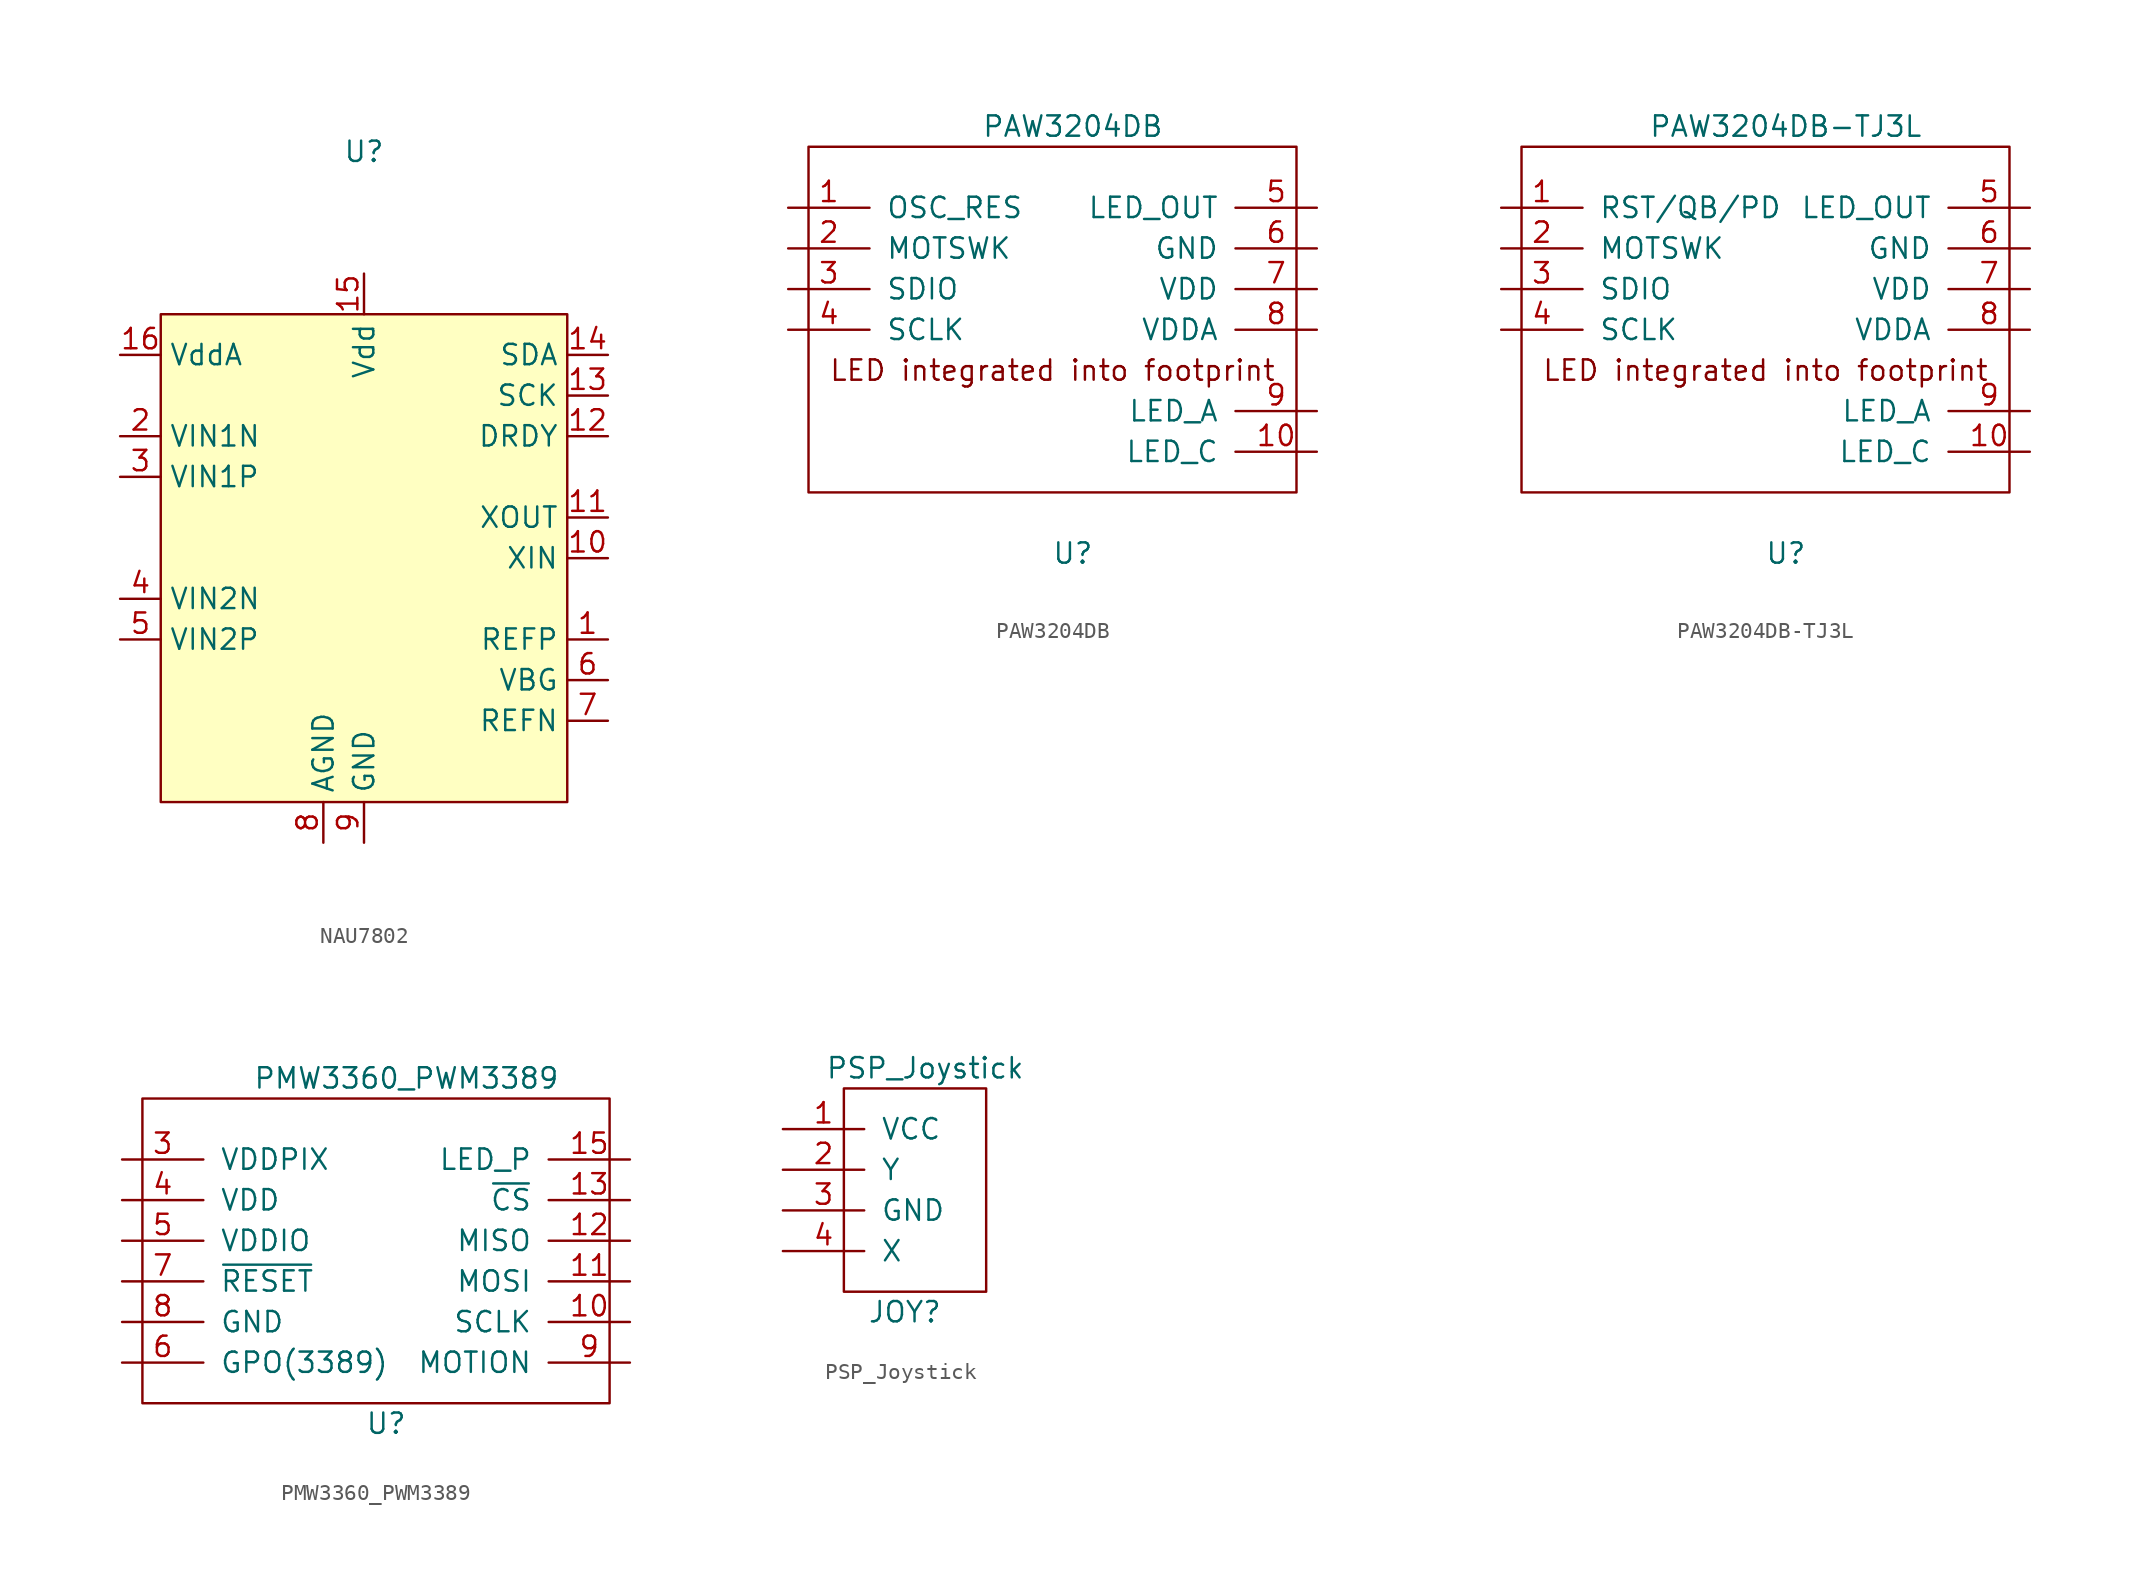
<source format=kicad_sym>
(kicad_symbol_lib
  (version 20220914)
  (generator kicad_symbol_editor)
  (symbol "NAU7802"
    (property "Reference" "U"
      (at 0 33.02 0)
      (effects (font (size 1.27 1.27))))
    (property "Value" ""
      (at 0 0 0)
      (effects (font (size 1.27 1.27))))
    (symbol "NAU7802_1_1"
      (rectangle (start -12.7 22.86) (end 12.7 -7.62) (stroke (width 0) (type default)) (fill (type background)))
      (pin input line (at 15.24 2.54 180) (length 2.54) (name "REFP" (effects (font (size 1.27 1.27)))) (number "1" (effects (font (size 1.27 1.27)))))
      (pin input line (at 15.24 7.62 180) (length 2.54) (name "XIN" (effects (font (size 1.27 1.27)))) (number "10" (effects (font (size 1.27 1.27)))))
      (pin input line (at 15.24 10.16 180) (length 2.54) (name "XOUT" (effects (font (size 1.27 1.27)))) (number "11" (effects (font (size 1.27 1.27)))))
      (pin input line (at 15.24 15.24 180) (length 2.54) (name "DRDY" (effects (font (size 1.27 1.27)))) (number "12" (effects (font (size 1.27 1.27)))))
      (pin input line (at 15.24 17.78 180) (length 2.54) (name "SCK" (effects (font (size 1.27 1.27)))) (number "13" (effects (font (size 1.27 1.27)))))
      (pin input line (at 15.24 20.32 180) (length 2.54) (name "SDA" (effects (font (size 1.27 1.27)))) (number "14" (effects (font (size 1.27 1.27)))))
      (pin input line (at 0 25.4 270) (length 2.54) (name "Vdd" (effects (font (size 1.27 1.27)))) (number "15" (effects (font (size 1.27 1.27)))))
      (pin input line (at -15.24 20.32 0) (length 2.54) (name "VddA" (effects (font (size 1.27 1.27)))) (number "16" (effects (font (size 1.27 1.27)))))
      (pin input line (at -15.24 15.24 0) (length 2.54) (name "VIN1N" (effects (font (size 1.27 1.27)))) (number "2" (effects (font (size 1.27 1.27)))))
      (pin input line (at -15.24 12.7 0) (length 2.54) (name "VIN1P" (effects (font (size 1.27 1.27)))) (number "3" (effects (font (size 1.27 1.27)))))
      (pin input line (at -15.24 5.08 0) (length 2.54) (name "VIN2N" (effects (font (size 1.27 1.27)))) (number "4" (effects (font (size 1.27 1.27)))))
      (pin input line (at -15.24 2.54 0) (length 2.54) (name "VIN2P" (effects (font (size 1.27 1.27)))) (number "5" (effects (font (size 1.27 1.27)))))
      (pin input line (at 15.24 0 180) (length 2.54) (name "VBG" (effects (font (size 1.27 1.27)))) (number "6" (effects (font (size 1.27 1.27)))))
      (pin input line (at 15.24 -2.54 180) (length 2.54) (name "REFN" (effects (font (size 1.27 1.27)))) (number "7" (effects (font (size 1.27 1.27)))))
      (pin input line (at -2.54 -10.16 90) (length 2.54) (name "AGND" (effects (font (size 1.27 1.27)))) (number "8" (effects (font (size 1.27 1.27)))))
      (pin input line (at 0 -10.16 90) (length 2.54) (name "GND" (effects (font (size 1.27 1.27)))) (number "9" (effects (font (size 1.27 1.27)))))))
  (symbol "PAW3204DB"
    (pin_names
      (offset 1.016))
    (property "Reference" "U"
      (at 0 -17.78 0)
      (effects (font (size 1.27 1.27))))
    (property "Value" "PAW3204DB"
      (at 0 8.89 0)
      (effects (font (size 1.27 1.27))))
    (symbol "PAW3204DB_0_0"
      (text "LED integrated into footprint" (at -1.27 -6.35 0) (effects (font (size 1.27 1.27)))))
    (symbol "PAW3204DB_0_1"
      (rectangle (start -16.51 7.62) (end 13.97 -13.97) (stroke (width 0) (type default)) (fill (type none))))
    (symbol "PAW3204DB_1_1"
      (pin input line (at -17.78 3.81 0) (length 5.08) (name "OSC_RES" (effects (font (size 1.27 1.27)))) (number "1" (effects (font (size 1.27 1.27)))))
      (pin input line (at 15.24 -11.43 180) (length 5.08) (name "LED_C" (effects (font (size 1.27 1.27)))) (number "10" (effects (font (size 1.27 1.27)))))
      (pin input line (at -17.78 1.27 0) (length 5.08) (name "MOTSWK" (effects (font (size 1.27 1.27)))) (number "2" (effects (font (size 1.27 1.27)))))
      (pin input line (at -17.78 -1.27 0) (length 5.08) (name "SDIO" (effects (font (size 1.27 1.27)))) (number "3" (effects (font (size 1.27 1.27)))))
      (pin input line (at -17.78 -3.81 0) (length 5.08) (name "SCLK" (effects (font (size 1.27 1.27)))) (number "4" (effects (font (size 1.27 1.27)))))
      (pin output line (at 15.24 3.81 180) (length 5.08) (name "LED_OUT" (effects (font (size 1.27 1.27)))) (number "5" (effects (font (size 1.27 1.27)))))
      (pin input line (at 15.24 1.27 180) (length 5.08) (name "GND" (effects (font (size 1.27 1.27)))) (number "6" (effects (font (size 1.27 1.27)))))
      (pin input line (at 15.24 -1.27 180) (length 5.08) (name "VDD" (effects (font (size 1.27 1.27)))) (number "7" (effects (font (size 1.27 1.27)))))
      (pin input line (at 15.24 -3.81 180) (length 5.08) (name "VDDA" (effects (font (size 1.27 1.27)))) (number "8" (effects (font (size 1.27 1.27)))))
      (pin input line (at 15.24 -8.89 180) (length 5.08) (name "LED_A" (effects (font (size 1.27 1.27)))) (number "9" (effects (font (size 1.27 1.27)))))))
  (symbol "PAW3204DB-TJ3L"
    (pin_names
      (offset 1.016))
    (property "Reference" "U"
      (at 0 -17.78 0)
      (effects (font (size 1.27 1.27))))
    (property "Value" "PAW3204DB-TJ3L"
      (at 0 8.89 0)
      (effects (font (size 1.27 1.27))))
    (symbol "PAW3204DB-TJ3L_0_0"
      (text "LED integrated into footprint" (at -1.27 -6.35 0) (effects (font (size 1.27 1.27)))))
    (symbol "PAW3204DB-TJ3L_0_1"
      (rectangle (start -16.51 7.62) (end 13.97 -13.97) (stroke (width 0) (type default)) (fill (type none))))
    (symbol "PAW3204DB-TJ3L_1_1"
      (pin input line (at -17.78 3.81 0) (length 5.08) (name "RST/QB/PD" (effects (font (size 1.27 1.27)))) (number "1" (effects (font (size 1.27 1.27)))))
      (pin input line (at 15.24 -11.43 180) (length 5.08) (name "LED_C" (effects (font (size 1.27 1.27)))) (number "10" (effects (font (size 1.27 1.27)))))
      (pin input line (at -17.78 1.27 0) (length 5.08) (name "MOTSWK" (effects (font (size 1.27 1.27)))) (number "2" (effects (font (size 1.27 1.27)))))
      (pin input line (at -17.78 -1.27 0) (length 5.08) (name "SDIO" (effects (font (size 1.27 1.27)))) (number "3" (effects (font (size 1.27 1.27)))))
      (pin input line (at -17.78 -3.81 0) (length 5.08) (name "SCLK" (effects (font (size 1.27 1.27)))) (number "4" (effects (font (size 1.27 1.27)))))
      (pin output line (at 15.24 3.81 180) (length 5.08) (name "LED_OUT" (effects (font (size 1.27 1.27)))) (number "5" (effects (font (size 1.27 1.27)))))
      (pin input line (at 15.24 1.27 180) (length 5.08) (name "GND" (effects (font (size 1.27 1.27)))) (number "6" (effects (font (size 1.27 1.27)))))
      (pin input line (at 15.24 -1.27 180) (length 5.08) (name "VDD" (effects (font (size 1.27 1.27)))) (number "7" (effects (font (size 1.27 1.27)))))
      (pin input line (at 15.24 -3.81 180) (length 5.08) (name "VDDA" (effects (font (size 1.27 1.27)))) (number "8" (effects (font (size 1.27 1.27)))))
      (pin input line (at 15.24 -8.89 180) (length 5.08) (name "LED_A" (effects (font (size 1.27 1.27)))) (number "9" (effects (font (size 1.27 1.27)))))))
  (symbol "PMW3360_PWM3389"
    (pin_names
      (offset 1.016))
    (property "Reference" "U"
      (at 0 -11.43 0)
      (effects (font (size 1.27 1.27))))
    (property "Value" "PMW3360_PWM3389"
      (at 1.27 10.16 0)
      (effects (font (size 1.27 1.27))))
    (symbol "PMW3360_PWM3389_0_1"
      (rectangle (start -15.24 8.89) (end 13.97 -10.16) (stroke (width 0) (type default)) (fill (type none))))
    (symbol "PMW3360_PWM3389_1_1"
      (pin input line (at 15.24 -5.08 180) (length 5.08) (name "SCLK" (effects (font (size 1.27 1.27)))) (number "10" (effects (font (size 1.27 1.27)))))
      (pin input line (at 15.24 -2.54 180) (length 5.08) (name "MOSI" (effects (font (size 1.27 1.27)))) (number "11" (effects (font (size 1.27 1.27)))))
      (pin output line (at 15.24 0 180) (length 5.08) (name "MISO" (effects (font (size 1.27 1.27)))) (number "12" (effects (font (size 1.27 1.27)))))
      (pin input line (at 15.24 2.54 180) (length 5.08) (name "~{CS}" (effects (font (size 1.27 1.27)))) (number "13" (effects (font (size 1.27 1.27)))))
      (pin output line (at 15.24 5.08 180) (length 5.08) (name "LED_P" (effects (font (size 1.27 1.27)))) (number "15" (effects (font (size 1.27 1.27)))))
      (pin input line (at -16.51 5.08 0) (length 5.08) (name "VDDPIX" (effects (font (size 1.27 1.27)))) (number "3" (effects (font (size 1.27 1.27)))))
      (pin input line (at -16.51 2.54 0) (length 5.08) (name "VDD" (effects (font (size 1.27 1.27)))) (number "4" (effects (font (size 1.27 1.27)))))
      (pin input line (at -16.51 0 0) (length 5.08) (name "VDDIO" (effects (font (size 1.27 1.27)))) (number "5" (effects (font (size 1.27 1.27)))))
      (pin input line (at -16.51 -7.62 0) (length 5.08) (name "GPO(3389)" (effects (font (size 1.27 1.27)))) (number "6" (effects (font (size 1.27 1.27)))))
      (pin input line (at -16.51 -2.54 0) (length 5.08) (name "~{RESET}" (effects (font (size 1.27 1.27)))) (number "7" (effects (font (size 1.27 1.27)))))
      (pin input line (at -16.51 -5.08 0) (length 5.08) (name "GND" (effects (font (size 1.27 1.27)))) (number "8" (effects (font (size 1.27 1.27)))))
      (pin output line (at 15.24 -7.62 180) (length 5.08) (name "MOTION" (effects (font (size 1.27 1.27)))) (number "9" (effects (font (size 1.27 1.27)))))))
  (symbol "PSP_Joystick"
    (pin_names
      (offset 1.016))
    (property "Reference" "JOY"
      (at 7.62 -11.43 0)
      (effects (font (size 1.27 1.27))))
    (property "Value" "PSP_Joystick"
      (at 8.89 3.81 0)
      (effects (font (size 1.27 1.27))))
    (symbol "PSP_Joystick_0_1"
      (rectangle (start 3.81 2.54) (end 12.7 -10.16) (stroke (width 0) (type default)) (fill (type none))))
    (symbol "PSP_Joystick_1_1"
      (pin output line (at 0 0 0) (length 5.08) (name "VCC" (effects (font (size 1.27 1.27)))) (number "1" (effects (font (size 1.27 1.27)))))
      (pin input line (at 0 -2.54 0) (length 5.08) (name "Y" (effects (font (size 1.27 1.27)))) (number "2" (effects (font (size 1.27 1.27)))))
      (pin output line (at 0 -5.08 0) (length 5.08) (name "GND" (effects (font (size 1.27 1.27)))) (number "3" (effects (font (size 1.27 1.27)))))
      (pin input line (at 0 -7.62 0) (length 5.08) (name "X" (effects (font (size 1.27 1.27)))) (number "4" (effects (font (size 1.27 1.27))))))))
</source>
